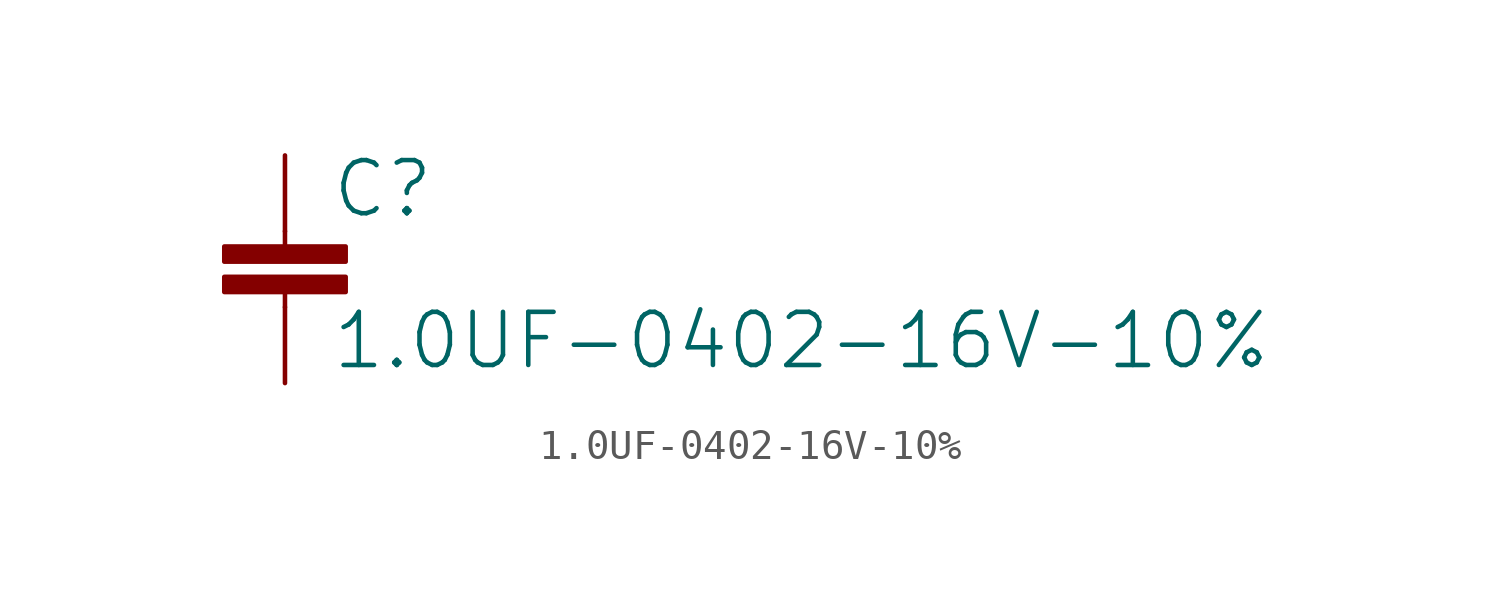
<source format=kicad_sym>
(kicad_symbol_lib
  (version 20211014)
  (generator kicad_symbol_editor)
  (symbol "1.0UF-0402-16V-10%"
    (property "Reference" "C"
      (at 1.524 2.921 0)
      (effects (font (size 1.778 1.778)) (justify left bottom)))
    (property "Value" "1.0UF-0402-16V-10%"
      (at 1.524 -2.159 0)
      (effects (font (size 1.778 1.778)) (justify left bottom)))
    (property "ki_locked" ""
      (at 0 0 0)
      (effects (font (size 1.27 1.27))))
    (symbol "1.0UF-0402-16V-10%_1_0"
      (rectangle (start -2.032 0.508) (end 2.032 1.016) (stroke (width 0) (type default) (color 0 0 0 0)) (fill (type outline)))
      (rectangle (start -2.032 1.524) (end 2.032 2.032) (stroke (width 0) (type default) (color 0 0 0 0)) (fill (type outline)))
      (polyline (pts (xy 0 0) (xy 0 0.508)) (stroke (width 0.152) (type default) (color 0 0 0 0)) (fill (type none)))
      (polyline (pts (xy 0 2.54) (xy 0 2.032)) (stroke (width 0.152) (type default) (color 0 0 0 0)) (fill (type none)))
      (pin passive line (at 0 5.08 270) (length 2.54) (name "1" (effects (font (size 0 0)))) (number "1" (effects (font (size 0 0)))))
      (pin passive line (at 0 -2.54 90) (length 2.54) (name "2" (effects (font (size 0 0)))) (number "2" (effects (font (size 0 0))))))))
</source>
